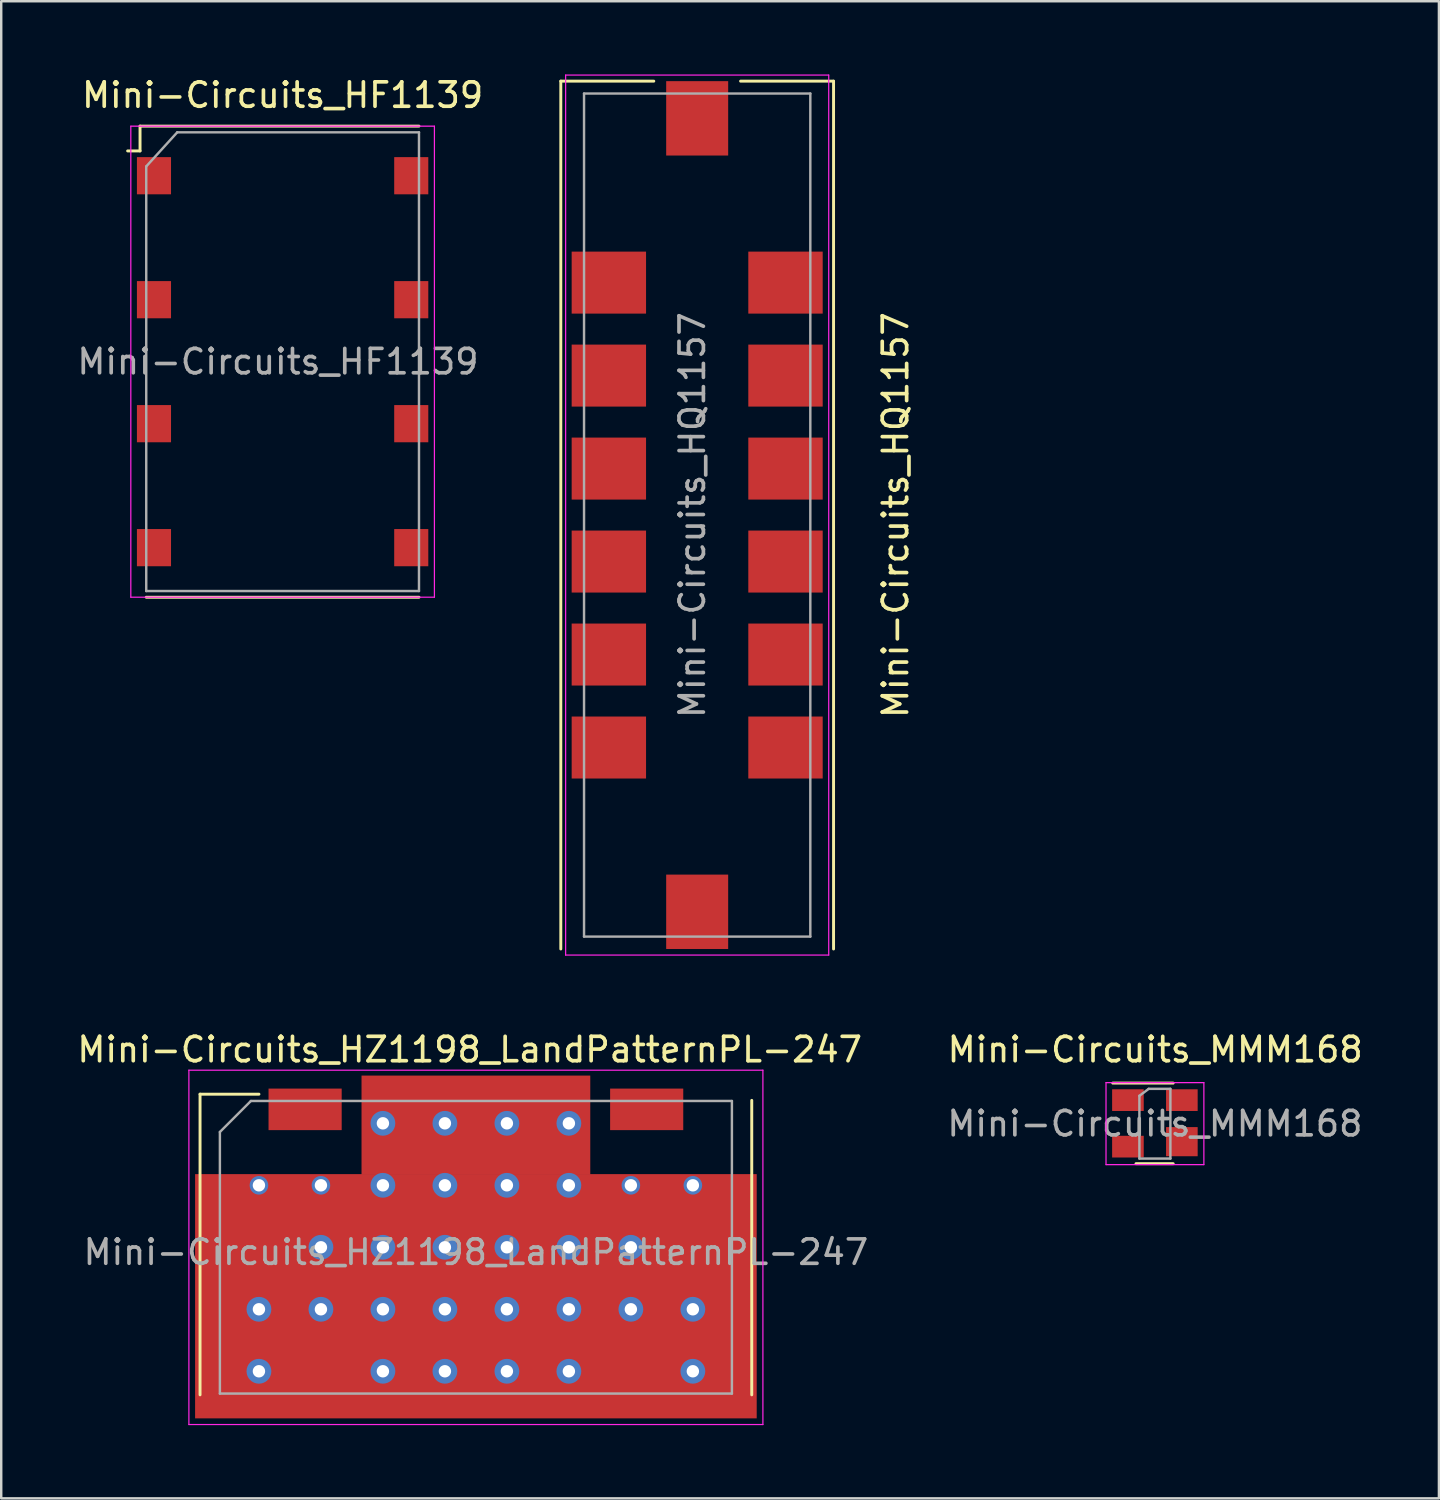
<source format=kicad_pcb>
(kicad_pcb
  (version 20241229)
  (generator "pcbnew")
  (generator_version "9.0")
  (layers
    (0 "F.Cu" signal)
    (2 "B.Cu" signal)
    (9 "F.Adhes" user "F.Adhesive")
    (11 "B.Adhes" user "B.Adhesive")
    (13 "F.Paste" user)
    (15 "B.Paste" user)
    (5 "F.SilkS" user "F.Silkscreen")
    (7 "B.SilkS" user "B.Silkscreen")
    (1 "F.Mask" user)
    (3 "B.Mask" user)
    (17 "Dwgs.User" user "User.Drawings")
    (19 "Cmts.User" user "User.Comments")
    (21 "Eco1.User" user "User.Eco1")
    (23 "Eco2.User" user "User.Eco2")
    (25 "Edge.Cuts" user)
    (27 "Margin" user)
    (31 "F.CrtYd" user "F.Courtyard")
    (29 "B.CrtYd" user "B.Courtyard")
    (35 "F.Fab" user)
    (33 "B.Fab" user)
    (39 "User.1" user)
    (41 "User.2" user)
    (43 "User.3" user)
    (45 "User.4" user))
  (footprint "Mini-Circuits_MMM168"
    (layer "F.Cu")
    (at 44.259 42.981)
    (property "Reference" "Mini-Circuits_MMM168" (at 0.025 -3.023 0) (layer "F.SilkS") (effects (font (size 1 1) (thickness 0.15))))
    (attr smd)
    (fp_line (start 0.762 -1.651) (end -1.714 -1.651) (stroke (width 0.12) (type solid)) (layer "F.SilkS"))
    (fp_line (start 0.762 1.651) (end -0.762 1.651) (stroke (width 0.12) (type solid)) (layer "F.SilkS"))
    (fp_line (start -1.99 -1.67) (end -1.99 1.69) (stroke (width 0.05) (type solid)) (layer "F.CrtYd"))
    (fp_line (start -1.99 -1.67) (end 2.02 -1.67) (stroke (width 0.05) (type solid)) (layer "F.CrtYd"))
    (fp_line (start 2.02 1.69) (end -1.99 1.69) (stroke (width 0.05) (type solid)) (layer "F.CrtYd"))
    (fp_line (start 2.02 1.69) (end 2.02 -1.67) (stroke (width 0.05) (type solid)) (layer "F.CrtYd"))
    (fp_line (start -0.622 -1.13) (end -0.241 -1.416) (stroke (width 0.1) (type solid)) (layer "F.Fab"))
    (fp_line (start -0.622 1.441) (end -0.622 -1.13) (stroke (width 0.1) (type solid)) (layer "F.Fab"))
    (fp_line (start -0.241 -1.416) (end 0.648 -1.416) (stroke (width 0.1) (type solid)) (layer "F.Fab"))
    (fp_line (start 0.648 -1.416) (end 0.648 1.441) (stroke (width 0.1) (type solid)) (layer "F.Fab"))
    (fp_line (start 0.648 1.441) (end -0.622 1.441) (stroke (width 0.1) (type solid)) (layer "F.Fab"))
    (fp_text user "${REFERENCE}" (at 0.013 0.013 0) (layer "F.Fab") (effects (font (size 1 1) (thickness 0.15))))
    (pad "1" smd rect (at -1.092 -0.953 90) (size 0.889 1.295) (layers "F.Cu" "F.Mask" "F.Paste"))
    (pad "2" smd rect (at 1.118 -0.953 90) (size 0.889 1.295) (layers "F.Cu" "F.Mask" "F.Paste"))
    (pad "3" smd rect (at 1.118 0.749 90) (size 1.194 1.295) (layers "F.Cu" "F.Mask" "F.Paste"))
    (pad "4" smd rect (at -1.092 0.953 90) (size 0.889 1.295) (layers "F.Cu" "F.Mask" "F.Paste")))
  (footprint "Mini-Circuits_HZ1198_LandPatternPL-247"
    (layer "F.Cu")
    (at 16.45 48.261)
    (property "Reference" "Mini-Circuits_HZ1198_LandPatternPL-247" (at -0.254 -8.303 0) (layer "F.SilkS") (effects (font (size 1 1) (thickness 0.15))))
    (attr smd)
    (fp_line (start -11.303 -6.477) (end -11.303 5.842) (stroke (width 0.12) (type solid)) (layer "F.SilkS"))
    (fp_line (start -8.89 -6.477) (end -11.303 -6.477) (stroke (width 0.12) (type solid)) (layer "F.SilkS"))
    (fp_line (start 11.303 -6.223) (end 11.303 5.842) (stroke (width 0.12) (type solid)) (layer "F.SilkS"))
    (fp_line (start -11.76 -7.46) (end -11.76 7.06) (stroke (width 0.05) (type solid)) (layer "F.CrtYd"))
    (fp_line (start -11.76 -7.46) (end 11.76 -7.46) (stroke (width 0.05) (type solid)) (layer "F.CrtYd"))
    (fp_line (start 11.76 7.06) (end -11.76 7.06) (stroke (width 0.05) (type solid)) (layer "F.CrtYd"))
    (fp_line (start 11.76 7.06) (end 11.76 -7.46) (stroke (width 0.05) (type solid)) (layer "F.CrtYd"))
    (fp_line (start -10.49 -4.928) (end -9.22 -6.198) (stroke (width 0.1) (type solid)) (layer "F.Fab"))
    (fp_line (start -10.49 5.791) (end -10.49 -4.928) (stroke (width 0.1) (type solid)) (layer "F.Fab"))
    (fp_line (start -9.22 -6.198) (end 10.49 -6.198) (stroke (width 0.1) (type solid)) (layer "F.Fab"))
    (fp_line (start 10.49 -6.198) (end 10.49 5.791) (stroke (width 0.1) (type solid)) (layer "F.Fab"))
    (fp_line (start 10.49 5.791) (end -10.49 5.791) (stroke (width 0.1) (type solid)) (layer "F.Fab"))
    (fp_text user "${REFERENCE}" (at 0 -0.003 0) (layer "F.Fab") (effects (font (size 1 1) (thickness 0.15))))
    (pad "1" smd rect (at -6.998 -5.855) (size 2.997 1.702) (layers "F.Cu" "F.Mask" "F.Paste"))
    (pad "2" smd rect (at 6.998 -5.855) (size 2.997 1.702) (layers "F.Cu" "F.Mask" "F.Paste"))
    (pad "3" thru_hole circle (at -8.89 -2.743) (size 0.762 0.762) (drill 0.508) (layers "*.Cu"))
    (pad "3" thru_hole circle (at -8.89 2.337) (size 1.016 1.016) (drill 0.508) (layers "*.Cu"))
    (pad "3" thru_hole circle (at -8.89 4.877) (size 1.016 1.016) (drill 0.508) (layers "*.Cu"))
    (pad "3" thru_hole circle (at -6.35 -2.743) (size 0.762 0.762) (drill 0.508) (layers "*.Cu"))
    (pad "3" thru_hole circle (at -6.35 -0.203) (size 1.016 1.016) (drill 0.508) (layers "*.Cu"))
    (pad "3" thru_hole circle (at -6.35 2.337) (size 1.016 1.016) (drill 0.508) (layers "*.Cu"))
    (pad "3" thru_hole circle (at -3.81 -5.283) (size 1.016 1.016) (drill 0.508) (layers "*.Cu"))
    (pad "3" thru_hole circle (at -3.81 -2.743) (size 1.016 1.016) (drill 0.508) (layers "*.Cu"))
    (pad "3" thru_hole circle (at -3.81 -0.203) (size 1.016 1.016) (drill 0.508) (layers "*.Cu"))
    (pad "3" thru_hole circle (at -3.81 2.337) (size 1.016 1.016) (drill 0.508) (layers "*.Cu"))
    (pad "3" thru_hole circle (at -3.81 4.877) (size 1.016 1.016) (drill 0.508) (layers "*.Cu"))
    (pad "3" thru_hole circle (at -1.27 -5.283) (size 1.016 1.016) (drill 0.508) (layers "*.Cu"))
    (pad "3" thru_hole circle (at -1.27 -2.743) (size 1.016 1.016) (drill 0.508) (layers "*.Cu"))
    (pad "3" thru_hole circle (at -1.27 -0.203) (size 1.016 1.016) (drill 0.508) (layers "*.Cu"))
    (pad "3" thru_hole circle (at -1.27 2.337) (size 1.016 1.016) (drill 0.508) (layers "*.Cu"))
    (pad "3" thru_hole circle (at -1.27 4.877) (size 1.016 1.016) (drill 0.508) (layers "*.Cu"))
    (pad "3" smd rect (at 0 -5.207) (size 9.373 4.064) (layers "F.Cu"))
    (pad "3" smd rect (at 0 1.803) (size 23.012 10.008) (layers "F.Cu"))
    (pad "3" thru_hole circle (at 1.27 -5.283) (size 1.016 1.016) (drill 0.508) (layers "*.Cu"))
    (pad "3" thru_hole circle (at 1.27 -2.743) (size 1.016 1.016) (drill 0.508) (layers "*.Cu"))
    (pad "3" thru_hole circle (at 1.27 -0.203) (size 1.016 1.016) (drill 0.508) (layers "*.Cu"))
    (pad "3" thru_hole circle (at 1.27 2.337) (size 1.016 1.016) (drill 0.508) (layers "*.Cu"))
    (pad "3" thru_hole circle (at 1.27 4.877) (size 1.016 1.016) (drill 0.508) (layers "*.Cu"))
    (pad "3" thru_hole circle (at 3.81 -5.283) (size 1.016 1.016) (drill 0.508) (layers "*.Cu"))
    (pad "3" thru_hole circle (at 3.81 -2.743) (size 1.016 1.016) (drill 0.508) (layers "*.Cu"))
    (pad "3" thru_hole circle (at 3.81 -0.203) (size 1.016 1.016) (drill 0.508) (layers "*.Cu"))
    (pad "3" thru_hole circle (at 3.81 2.337) (size 1.016 1.016) (drill 0.508) (layers "*.Cu"))
    (pad "3" thru_hole circle (at 3.81 4.877) (size 1.016 1.016) (drill 0.508) (layers "*.Cu"))
    (pad "3" thru_hole circle (at 6.35 -2.743) (size 0.762 0.762) (drill 0.508) (layers "*.Cu"))
    (pad "3" thru_hole circle (at 6.35 -0.203) (size 1.016 1.016) (drill 0.508) (layers "*.Cu"))
    (pad "3" thru_hole circle (at 6.35 2.337) (size 1.016 1.016) (drill 0.508) (layers "*.Cu"))
    (pad "3" thru_hole circle (at 8.89 -2.743) (size 0.762 0.762) (drill 0.508) (layers "*.Cu"))
    (pad "3" thru_hole circle (at 8.89 2.337) (size 1.016 1.016) (drill 0.508) (layers "*.Cu"))
    (pad "3" thru_hole circle (at 8.89 4.877) (size 1.016 1.016) (drill 0.508) (layers "*.Cu"))
    (pad "3" smd rect (at 9.779 -0.203) (size 2.438 1.981) (layers "F.Cu" "F.Mask" "F.Paste"))
    (pad "4" smd rect (at 6.896 5.055) (size 1.981 2.489) (layers "F.Cu" "F.Mask" "F.Paste"))
    (pad "5" smd rect (at -6.896 5.055) (size 1.981 2.489) (layers "F.Cu" "F.Mask" "F.Paste"))
    (pad "6" smd rect (at -9.779 -0.203) (size 2.438 1.981) (layers "F.Cu" "F.Mask" "F.Paste")))
  (footprint "Mini-Circuits_HF1139"
    (layer "F.Cu")
    (at 8.53 11.77)
    (property "Reference" "Mini-Circuits_HF1139" (at 0 -10.922 0) (layer "F.SilkS") (effects (font (size 1 1) (thickness 0.15))))
    (attr smd)
    (fp_line (start -5.842 -9.652) (end -5.842 -8.636) (stroke (width 0.12) (type solid)) (layer "F.SilkS"))
    (fp_line (start -5.842 -8.636) (end -6.35 -8.636) (stroke (width 0.12) (type solid)) (layer "F.SilkS"))
    (fp_line (start 5.588 -9.652) (end -5.842 -9.652) (stroke (width 0.12) (type solid)) (layer "F.SilkS"))
    (fp_line (start 5.588 9.652) (end -5.588 9.652) (stroke (width 0.12) (type solid)) (layer "F.SilkS"))
    (fp_line (start -6.22 -9.65) (end -6.22 9.65) (stroke (width 0.05) (type solid)) (layer "F.CrtYd"))
    (fp_line (start -6.22 -9.65) (end 6.22 -9.65) (stroke (width 0.05) (type solid)) (layer "F.CrtYd"))
    (fp_line (start 6.22 9.65) (end -6.22 9.65) (stroke (width 0.05) (type solid)) (layer "F.CrtYd"))
    (fp_line (start 6.22 9.65) (end 6.22 -9.65) (stroke (width 0.05) (type solid)) (layer "F.CrtYd"))
    (fp_line (start -5.588 -8.001) (end -5.588 9.398) (stroke (width 0.1) (type solid)) (layer "F.Fab"))
    (fp_line (start -4.318 -9.398) (end -5.588 -8.001) (stroke (width 0.1) (type solid)) (layer "F.Fab"))
    (fp_line (start 5.588 -9.398) (end -4.318 -9.398) (stroke (width 0.1) (type solid)) (layer "F.Fab"))
    (fp_line (start 5.588 9.398) (end -5.588 9.398) (stroke (width 0.1) (type solid)) (layer "F.Fab"))
    (fp_line (start 5.588 9.398) (end 5.588 -9.398) (stroke (width 0.1) (type solid)) (layer "F.Fab"))
    (fp_text user "${REFERENCE}" (at -0.191 0 180) (layer "F.Fab") (effects (font (size 1 1) (thickness 0.15))))
    (pad "1" smd rect (at -5.271 -7.62 270) (size 1.524 1.397) (layers "F.Cu" "F.Mask" "F.Paste"))
    (pad "2" smd rect (at 5.271 -7.62 270) (size 1.524 1.397) (layers "F.Cu" "F.Mask" "F.Paste"))
    (pad "3" smd rect (at -5.271 -2.54 270) (size 1.524 1.397) (layers "F.Cu" "F.Mask" "F.Paste"))
    (pad "4" smd rect (at 5.271 -2.54 270) (size 1.524 1.397) (layers "F.Cu" "F.Mask" "F.Paste"))
    (pad "5" smd rect (at -5.271 2.54 270) (size 1.524 1.397) (layers "F.Cu" "F.Mask" "F.Paste"))
    (pad "6" smd rect (at 5.271 2.54 270) (size 1.524 1.397) (layers "F.Cu" "F.Mask" "F.Paste"))
    (pad "7" smd rect (at -5.271 7.62 270) (size 1.524 1.397) (layers "F.Cu" "F.Mask" "F.Paste"))
    (pad "8" smd rect (at 5.271 7.62 270) (size 1.524 1.397) (layers "F.Cu" "F.Mask" "F.Paste")))
  (footprint "Mini-Circuits_HQ1157"
    (layer "F.Cu")
    (at 25.517 18.055)
    (property "Reference" "Mini-Circuits_HQ1157" (at 8.128 0 270) (layer "F.SilkS") (effects (font (size 1 1) (thickness 0.15))))
    (attr smd)
    (fp_line (start -5.588 -17.78) (end -5.588 17.78) (stroke (width 0.12) (type solid)) (layer "F.SilkS"))
    (fp_line (start -5.588 -17.78) (end -1.778 -17.78) (stroke (width 0.12) (type solid)) (layer "F.SilkS"))
    (fp_line (start 1.778 -17.78) (end 5.588 -17.78) (stroke (width 0.12) (type solid)) (layer "F.SilkS"))
    (fp_line (start 5.588 -17.78) (end 5.588 17.78) (stroke (width 0.12) (type solid)) (layer "F.SilkS"))
    (fp_line (start -5.39 18.03) (end -5.39 -18.03) (stroke (width 0.05) (type solid)) (layer "F.CrtYd"))
    (fp_line (start -5.39 18.03) (end 5.39 18.03) (stroke (width 0.05) (type solid)) (layer "F.CrtYd"))
    (fp_line (start 5.39 -18.03) (end -5.39 -18.03) (stroke (width 0.05) (type solid)) (layer "F.CrtYd"))
    (fp_line (start 5.39 -18.03) (end 5.39 18.03) (stroke (width 0.05) (type solid)) (layer "F.CrtYd"))
    (fp_line (start -4.636 -17.272) (end 4.636 -17.272) (stroke (width 0.1) (type solid)) (layer "F.Fab"))
    (fp_line (start -4.636 17.272) (end -4.636 -17.272) (stroke (width 0.1) (type solid)) (layer "F.Fab"))
    (fp_line (start 4.636 -17.272) (end 4.636 17.272) (stroke (width 0.1) (type solid)) (layer "F.Fab"))
    (fp_line (start 4.636 17.272) (end -4.636 17.272) (stroke (width 0.1) (type solid)) (layer "F.Fab"))
    (fp_text user "${REFERENCE}" (at -0.2 0 270) (layer "F.Fab") (effects (font (size 1 1) (thickness 0.15))))
    (pad "1" smd rect (at 0 -16.256 270) (size 3.048 2.54) (layers "F.Cu" "F.Mask" "F.Paste"))
    (pad "2" smd rect (at -3.619 -9.525 90) (size 2.54 3.048) (layers "F.Cu" "F.Mask" "F.Paste"))
    (pad "3" smd rect (at -3.619 -5.715 90) (size 2.54 3.048) (layers "F.Cu" "F.Mask" "F.Paste"))
    (pad "4" smd rect (at -3.619 -1.905 90) (size 2.54 3.048) (layers "F.Cu" "F.Mask" "F.Paste"))
    (pad "5" smd rect (at -3.619 1.905 90) (size 2.54 3.048) (layers "F.Cu" "F.Mask" "F.Paste"))
    (pad "6" smd rect (at -3.619 5.715 90) (size 2.54 3.048) (layers "F.Cu" "F.Mask" "F.Paste"))
    (pad "7" smd rect (at -3.619 9.525 90) (size 2.54 3.048) (layers "F.Cu" "F.Mask" "F.Paste"))
    (pad "8" smd rect (at 0 16.256 270) (size 3.048 2.54) (layers "F.Cu" "F.Mask" "F.Paste"))
    (pad "9" smd rect (at 3.619 9.525 270) (size 2.54 3.048) (layers "F.Cu" "F.Mask" "F.Paste"))
    (pad "10" smd rect (at 3.619 5.715 270) (size 2.54 3.048) (layers "F.Cu" "F.Mask" "F.Paste"))
    (pad "11" smd rect (at 3.619 1.905 270) (size 2.54 3.048) (layers "F.Cu" "F.Mask" "F.Paste"))
    (pad "12" smd rect (at 3.619 -1.905 270) (size 2.54 3.048) (layers "F.Cu" "F.Mask" "F.Paste"))
    (pad "13" smd rect (at 3.619 -5.715 270) (size 2.54 3.048) (layers "F.Cu" "F.Mask" "F.Paste"))
    (pad "14" smd rect (at 3.619 -9.525 270) (size 2.54 3.048) (layers "F.Cu" "F.Mask" "F.Paste")))
  (gr_rect
    (start -3 -3)
    (end 55.91 58.346)
    (stroke (width 0.1) (type default))
    (fill no)
    (layer "Edge.Cuts")))
</source>
